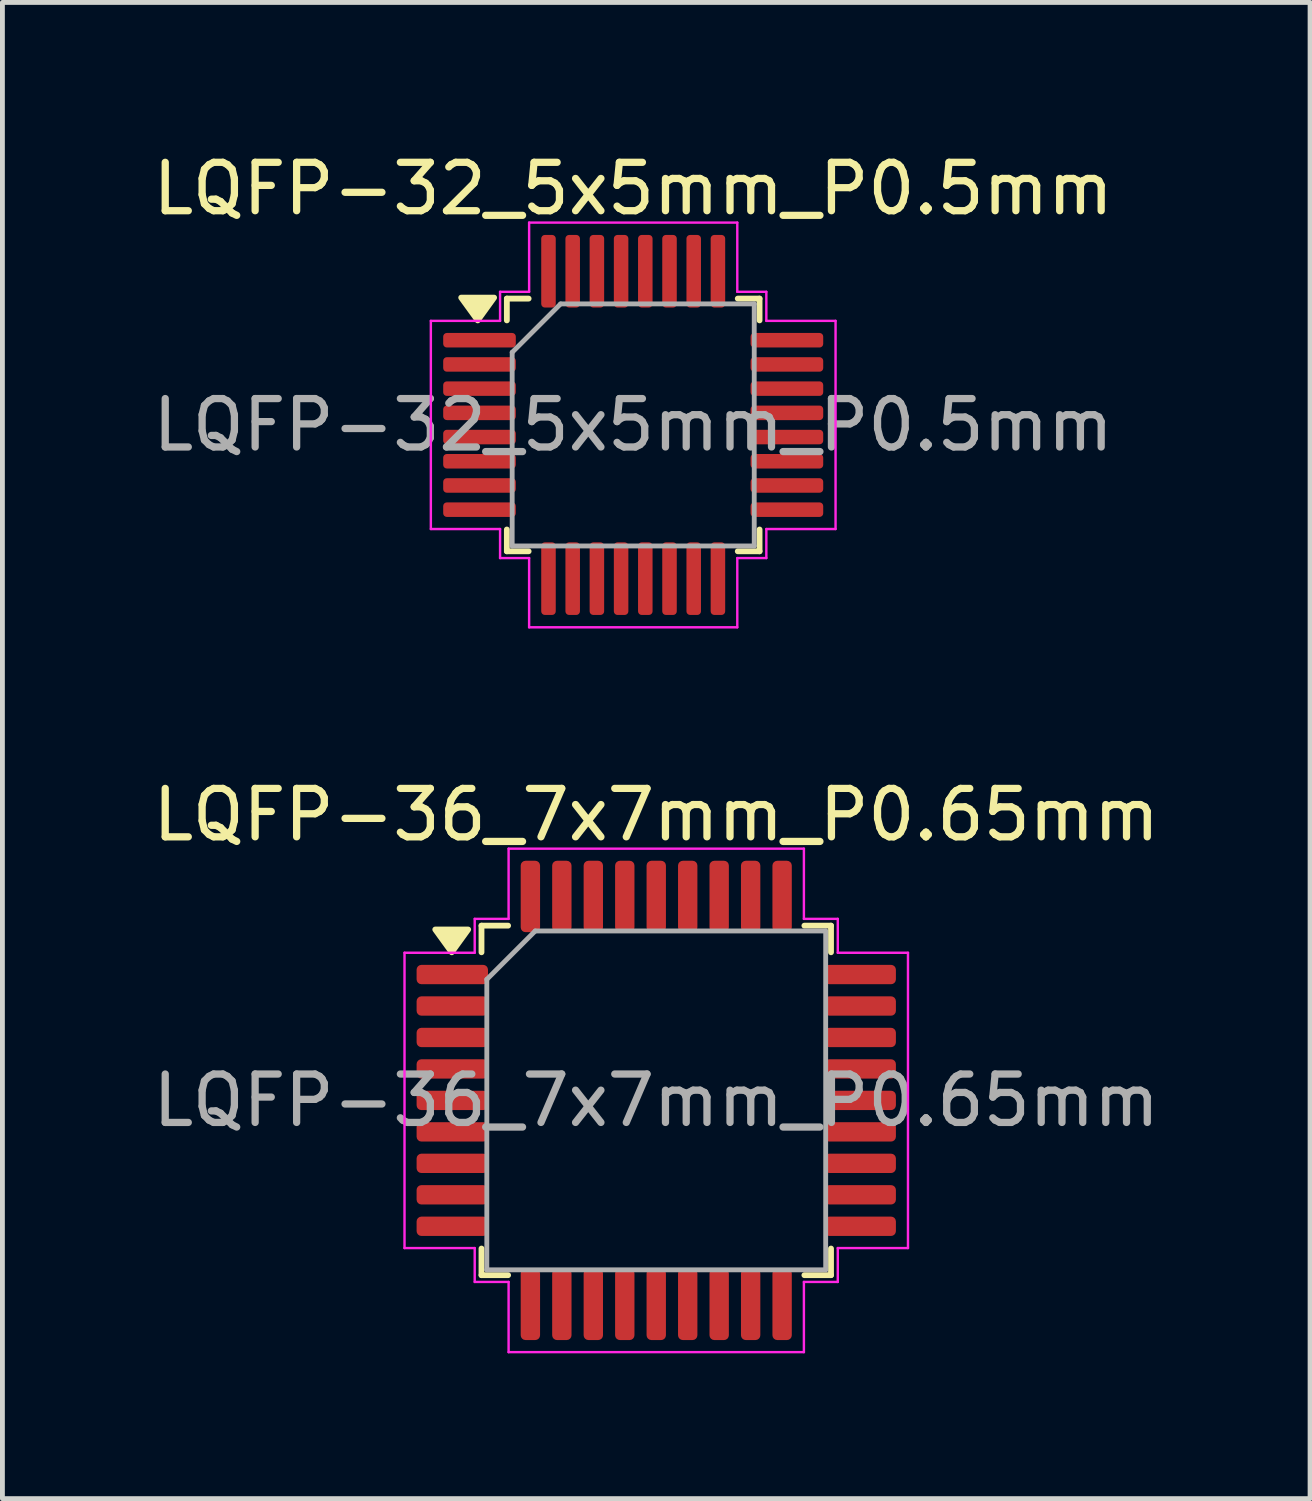
<source format=kicad_pcb>
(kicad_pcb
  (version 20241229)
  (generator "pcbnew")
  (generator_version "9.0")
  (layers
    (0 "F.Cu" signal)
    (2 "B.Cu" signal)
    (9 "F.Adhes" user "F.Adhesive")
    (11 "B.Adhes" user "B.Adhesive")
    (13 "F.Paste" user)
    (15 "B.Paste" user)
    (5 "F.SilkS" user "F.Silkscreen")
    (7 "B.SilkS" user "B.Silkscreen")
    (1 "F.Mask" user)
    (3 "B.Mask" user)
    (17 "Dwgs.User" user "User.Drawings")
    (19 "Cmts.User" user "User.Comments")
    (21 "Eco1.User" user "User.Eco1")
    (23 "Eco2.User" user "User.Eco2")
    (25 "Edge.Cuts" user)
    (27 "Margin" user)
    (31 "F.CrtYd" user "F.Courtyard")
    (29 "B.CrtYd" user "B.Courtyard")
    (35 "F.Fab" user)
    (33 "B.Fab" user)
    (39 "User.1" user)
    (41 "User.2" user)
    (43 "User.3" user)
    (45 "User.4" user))
  (footprint "LQFP-32_5x5mm_P0.5mm"
    (layer "F.Cu")
    (at 10.03 5.728)
    (property "Reference" "LQFP-32_5x5mm_P0.5mm" (at 0 -4.88 0) (layer "F.SilkS") (effects (font (size 1 1) (thickness 0.15))))
    (attr smd)
    (fp_line (start -2.61 -2.61) (end -2.61 -2.16) (stroke (width 0.12) (type solid)) (layer "F.SilkS"))
    (fp_line (start -2.61 2.61) (end -2.61 2.16) (stroke (width 0.12) (type solid)) (layer "F.SilkS"))
    (fp_line (start -2.16 -2.61) (end -2.61 -2.61) (stroke (width 0.12) (type solid)) (layer "F.SilkS"))
    (fp_line (start -2.16 2.61) (end -2.61 2.61) (stroke (width 0.12) (type solid)) (layer "F.SilkS"))
    (fp_line (start 2.16 -2.61) (end 2.61 -2.61) (stroke (width 0.12) (type solid)) (layer "F.SilkS"))
    (fp_line (start 2.16 2.61) (end 2.61 2.61) (stroke (width 0.12) (type solid)) (layer "F.SilkS"))
    (fp_line (start 2.61 -2.61) (end 2.61 -2.16) (stroke (width 0.12) (type solid)) (layer "F.SilkS"))
    (fp_line (start 2.61 2.61) (end 2.61 2.16) (stroke (width 0.12) (type solid)) (layer "F.SilkS"))
    (fp_poly (pts (xy -3.212 -2.16) (xy -3.553 -2.63) (xy -2.873 -2.63)) (stroke (width 0.12) (type solid)) (fill yes) (layer "F.SilkS"))
    (fp_line (start -4.18 -2.15) (end -2.75 -2.15) (stroke (width 0.05) (type solid)) (layer "F.CrtYd"))
    (fp_line (start -4.18 2.15) (end -4.18 -2.15) (stroke (width 0.05) (type solid)) (layer "F.CrtYd"))
    (fp_line (start -2.75 -2.75) (end -2.15 -2.75) (stroke (width 0.05) (type solid)) (layer "F.CrtYd"))
    (fp_line (start -2.75 -2.15) (end -2.75 -2.75) (stroke (width 0.05) (type solid)) (layer "F.CrtYd"))
    (fp_line (start -2.75 2.15) (end -4.18 2.15) (stroke (width 0.05) (type solid)) (layer "F.CrtYd"))
    (fp_line (start -2.75 2.75) (end -2.75 2.15) (stroke (width 0.05) (type solid)) (layer "F.CrtYd"))
    (fp_line (start -2.15 -4.18) (end 2.15 -4.18) (stroke (width 0.05) (type solid)) (layer "F.CrtYd"))
    (fp_line (start -2.15 -2.75) (end -2.15 -4.18) (stroke (width 0.05) (type solid)) (layer "F.CrtYd"))
    (fp_line (start -2.15 2.75) (end -2.75 2.75) (stroke (width 0.05) (type solid)) (layer "F.CrtYd"))
    (fp_line (start -2.15 4.18) (end -2.15 2.75) (stroke (width 0.05) (type solid)) (layer "F.CrtYd"))
    (fp_line (start 2.15 -4.18) (end 2.15 -2.75) (stroke (width 0.05) (type solid)) (layer "F.CrtYd"))
    (fp_line (start 2.15 -2.75) (end 2.75 -2.75) (stroke (width 0.05) (type solid)) (layer "F.CrtYd"))
    (fp_line (start 2.15 2.75) (end 2.15 4.18) (stroke (width 0.05) (type solid)) (layer "F.CrtYd"))
    (fp_line (start 2.15 4.18) (end -2.15 4.18) (stroke (width 0.05) (type solid)) (layer "F.CrtYd"))
    (fp_line (start 2.75 -2.75) (end 2.75 -2.15) (stroke (width 0.05) (type solid)) (layer "F.CrtYd"))
    (fp_line (start 2.75 -2.15) (end 4.18 -2.15) (stroke (width 0.05) (type solid)) (layer "F.CrtYd"))
    (fp_line (start 2.75 2.15) (end 2.75 2.75) (stroke (width 0.05) (type solid)) (layer "F.CrtYd"))
    (fp_line (start 2.75 2.75) (end 2.15 2.75) (stroke (width 0.05) (type solid)) (layer "F.CrtYd"))
    (fp_line (start 4.18 -2.15) (end 4.18 2.15) (stroke (width 0.05) (type solid)) (layer "F.CrtYd"))
    (fp_line (start 4.18 2.15) (end 2.75 2.15) (stroke (width 0.05) (type solid)) (layer "F.CrtYd"))
    (fp_line (start -2.5 -1.5) (end -1.5 -2.5) (stroke (width 0.1) (type solid)) (layer "F.Fab"))
    (fp_line (start -2.5 2.5) (end -2.5 -1.5) (stroke (width 0.1) (type solid)) (layer "F.Fab"))
    (fp_line (start -1.5 -2.5) (end 2.5 -2.5) (stroke (width 0.1) (type solid)) (layer "F.Fab"))
    (fp_line (start 2.5 -2.5) (end 2.5 2.5) (stroke (width 0.1) (type solid)) (layer "F.Fab"))
    (fp_line (start 2.5 2.5) (end -2.5 2.5) (stroke (width 0.1) (type solid)) (layer "F.Fab"))
    (fp_text user "${REFERENCE}" (at 0 0 0) (layer "F.Fab") (effects (font (size 1 1) (thickness 0.15))))
    (pad "1" smd roundrect (at -3.175 -1.75) (size 1.5 0.3) (layers "F.Cu" "F.Mask" "F.Paste") (roundrect_rratio 0.25))
    (pad "2" smd roundrect (at -3.175 -1.25) (size 1.5 0.3) (layers "F.Cu" "F.Mask" "F.Paste") (roundrect_rratio 0.25))
    (pad "3" smd roundrect (at -3.175 -0.75) (size 1.5 0.3) (layers "F.Cu" "F.Mask" "F.Paste") (roundrect_rratio 0.25))
    (pad "4" smd roundrect (at -3.175 -0.25) (size 1.5 0.3) (layers "F.Cu" "F.Mask" "F.Paste") (roundrect_rratio 0.25))
    (pad "5" smd roundrect (at -3.175 0.25) (size 1.5 0.3) (layers "F.Cu" "F.Mask" "F.Paste") (roundrect_rratio 0.25))
    (pad "6" smd roundrect (at -3.175 0.75) (size 1.5 0.3) (layers "F.Cu" "F.Mask" "F.Paste") (roundrect_rratio 0.25))
    (pad "7" smd roundrect (at -3.175 1.25) (size 1.5 0.3) (layers "F.Cu" "F.Mask" "F.Paste") (roundrect_rratio 0.25))
    (pad "8" smd roundrect (at -3.175 1.75) (size 1.5 0.3) (layers "F.Cu" "F.Mask" "F.Paste") (roundrect_rratio 0.25))
    (pad "9" smd roundrect (at -1.75 3.175) (size 0.3 1.5) (layers "F.Cu" "F.Mask" "F.Paste") (roundrect_rratio 0.25))
    (pad "10" smd roundrect (at -1.25 3.175) (size 0.3 1.5) (layers "F.Cu" "F.Mask" "F.Paste") (roundrect_rratio 0.25))
    (pad "11" smd roundrect (at -0.75 3.175) (size 0.3 1.5) (layers "F.Cu" "F.Mask" "F.Paste") (roundrect_rratio 0.25))
    (pad "12" smd roundrect (at -0.25 3.175) (size 0.3 1.5) (layers "F.Cu" "F.Mask" "F.Paste") (roundrect_rratio 0.25))
    (pad "13" smd roundrect (at 0.25 3.175) (size 0.3 1.5) (layers "F.Cu" "F.Mask" "F.Paste") (roundrect_rratio 0.25))
    (pad "14" smd roundrect (at 0.75 3.175) (size 0.3 1.5) (layers "F.Cu" "F.Mask" "F.Paste") (roundrect_rratio 0.25))
    (pad "15" smd roundrect (at 1.25 3.175) (size 0.3 1.5) (layers "F.Cu" "F.Mask" "F.Paste") (roundrect_rratio 0.25))
    (pad "16" smd roundrect (at 1.75 3.175) (size 0.3 1.5) (layers "F.Cu" "F.Mask" "F.Paste") (roundrect_rratio 0.25))
    (pad "17" smd roundrect (at 3.175 1.75) (size 1.5 0.3) (layers "F.Cu" "F.Mask" "F.Paste") (roundrect_rratio 0.25))
    (pad "18" smd roundrect (at 3.175 1.25) (size 1.5 0.3) (layers "F.Cu" "F.Mask" "F.Paste") (roundrect_rratio 0.25))
    (pad "19" smd roundrect (at 3.175 0.75) (size 1.5 0.3) (layers "F.Cu" "F.Mask" "F.Paste") (roundrect_rratio 0.25))
    (pad "20" smd roundrect (at 3.175 0.25) (size 1.5 0.3) (layers "F.Cu" "F.Mask" "F.Paste") (roundrect_rratio 0.25))
    (pad "21" smd roundrect (at 3.175 -0.25) (size 1.5 0.3) (layers "F.Cu" "F.Mask" "F.Paste") (roundrect_rratio 0.25))
    (pad "22" smd roundrect (at 3.175 -0.75) (size 1.5 0.3) (layers "F.Cu" "F.Mask" "F.Paste") (roundrect_rratio 0.25))
    (pad "23" smd roundrect (at 3.175 -1.25) (size 1.5 0.3) (layers "F.Cu" "F.Mask" "F.Paste") (roundrect_rratio 0.25))
    (pad "24" smd roundrect (at 3.175 -1.75) (size 1.5 0.3) (layers "F.Cu" "F.Mask" "F.Paste") (roundrect_rratio 0.25))
    (pad "25" smd roundrect (at 1.75 -3.175) (size 0.3 1.5) (layers "F.Cu" "F.Mask" "F.Paste") (roundrect_rratio 0.25))
    (pad "26" smd roundrect (at 1.25 -3.175) (size 0.3 1.5) (layers "F.Cu" "F.Mask" "F.Paste") (roundrect_rratio 0.25))
    (pad "27" smd roundrect (at 0.75 -3.175) (size 0.3 1.5) (layers "F.Cu" "F.Mask" "F.Paste") (roundrect_rratio 0.25))
    (pad "28" smd roundrect (at 0.25 -3.175) (size 0.3 1.5) (layers "F.Cu" "F.Mask" "F.Paste") (roundrect_rratio 0.25))
    (pad "29" smd roundrect (at -0.25 -3.175) (size 0.3 1.5) (layers "F.Cu" "F.Mask" "F.Paste") (roundrect_rratio 0.25))
    (pad "30" smd roundrect (at -0.75 -3.175) (size 0.3 1.5) (layers "F.Cu" "F.Mask" "F.Paste") (roundrect_rratio 0.25))
    (pad "31" smd roundrect (at -1.25 -3.175) (size 0.3 1.5) (layers "F.Cu" "F.Mask" "F.Paste") (roundrect_rratio 0.25))
    (pad "32" smd roundrect (at -1.75 -3.175) (size 0.3 1.5) (layers "F.Cu" "F.Mask" "F.Paste") (roundrect_rratio 0.25)))
  (footprint "LQFP-36_7x7mm_P0.65mm"
    (layer "F.Cu")
    (at 10.506 19.681)
    (property "Reference" "LQFP-36_7x7mm_P0.65mm" (at 0 -5.9 0) (layer "F.SilkS") (effects (font (size 1 1) (thickness 0.15))))
    (attr smd)
    (fp_line (start -3.61 -3.61) (end -3.61 -3.06) (stroke (width 0.12) (type solid)) (layer "F.SilkS"))
    (fp_line (start -3.61 3.61) (end -3.61 3.06) (stroke (width 0.12) (type solid)) (layer "F.SilkS"))
    (fp_line (start -3.06 -3.61) (end -3.61 -3.61) (stroke (width 0.12) (type solid)) (layer "F.SilkS"))
    (fp_line (start -3.06 3.61) (end -3.61 3.61) (stroke (width 0.12) (type solid)) (layer "F.SilkS"))
    (fp_line (start 3.06 -3.61) (end 3.61 -3.61) (stroke (width 0.12) (type solid)) (layer "F.SilkS"))
    (fp_line (start 3.06 3.61) (end 3.61 3.61) (stroke (width 0.12) (type solid)) (layer "F.SilkS"))
    (fp_line (start 3.61 -3.61) (end 3.61 -3.06) (stroke (width 0.12) (type solid)) (layer "F.SilkS"))
    (fp_line (start 3.61 3.61) (end 3.61 3.06) (stroke (width 0.12) (type solid)) (layer "F.SilkS"))
    (fp_poly (pts (xy -4.225 -3.06) (xy -4.565 -3.53) (xy -3.885 -3.53)) (stroke (width 0.12) (type solid)) (fill yes) (layer "F.SilkS"))
    (fp_line (start -5.2 -3.05) (end -3.75 -3.05) (stroke (width 0.05) (type solid)) (layer "F.CrtYd"))
    (fp_line (start -5.2 3.05) (end -5.2 -3.05) (stroke (width 0.05) (type solid)) (layer "F.CrtYd"))
    (fp_line (start -3.75 -3.75) (end -3.05 -3.75) (stroke (width 0.05) (type solid)) (layer "F.CrtYd"))
    (fp_line (start -3.75 -3.05) (end -3.75 -3.75) (stroke (width 0.05) (type solid)) (layer "F.CrtYd"))
    (fp_line (start -3.75 3.05) (end -5.2 3.05) (stroke (width 0.05) (type solid)) (layer "F.CrtYd"))
    (fp_line (start -3.75 3.75) (end -3.75 3.05) (stroke (width 0.05) (type solid)) (layer "F.CrtYd"))
    (fp_line (start -3.05 -5.2) (end 3.05 -5.2) (stroke (width 0.05) (type solid)) (layer "F.CrtYd"))
    (fp_line (start -3.05 -3.75) (end -3.05 -5.2) (stroke (width 0.05) (type solid)) (layer "F.CrtYd"))
    (fp_line (start -3.05 3.75) (end -3.75 3.75) (stroke (width 0.05) (type solid)) (layer "F.CrtYd"))
    (fp_line (start -3.05 5.2) (end -3.05 3.75) (stroke (width 0.05) (type solid)) (layer "F.CrtYd"))
    (fp_line (start 3.05 -5.2) (end 3.05 -3.75) (stroke (width 0.05) (type solid)) (layer "F.CrtYd"))
    (fp_line (start 3.05 -3.75) (end 3.75 -3.75) (stroke (width 0.05) (type solid)) (layer "F.CrtYd"))
    (fp_line (start 3.05 3.75) (end 3.05 5.2) (stroke (width 0.05) (type solid)) (layer "F.CrtYd"))
    (fp_line (start 3.05 5.2) (end -3.05 5.2) (stroke (width 0.05) (type solid)) (layer "F.CrtYd"))
    (fp_line (start 3.75 -3.75) (end 3.75 -3.05) (stroke (width 0.05) (type solid)) (layer "F.CrtYd"))
    (fp_line (start 3.75 -3.05) (end 5.2 -3.05) (stroke (width 0.05) (type solid)) (layer "F.CrtYd"))
    (fp_line (start 3.75 3.05) (end 3.75 3.75) (stroke (width 0.05) (type solid)) (layer "F.CrtYd"))
    (fp_line (start 3.75 3.75) (end 3.05 3.75) (stroke (width 0.05) (type solid)) (layer "F.CrtYd"))
    (fp_line (start 5.2 -3.05) (end 5.2 3.05) (stroke (width 0.05) (type solid)) (layer "F.CrtYd"))
    (fp_line (start 5.2 3.05) (end 3.75 3.05) (stroke (width 0.05) (type solid)) (layer "F.CrtYd"))
    (fp_line (start -3.5 -2.5) (end -2.5 -3.5) (stroke (width 0.1) (type solid)) (layer "F.Fab"))
    (fp_line (start -3.5 3.5) (end -3.5 -2.5) (stroke (width 0.1) (type solid)) (layer "F.Fab"))
    (fp_line (start -2.5 -3.5) (end 3.5 -3.5) (stroke (width 0.1) (type solid)) (layer "F.Fab"))
    (fp_line (start 3.5 -3.5) (end 3.5 3.5) (stroke (width 0.1) (type solid)) (layer "F.Fab"))
    (fp_line (start 3.5 3.5) (end -3.5 3.5) (stroke (width 0.1) (type solid)) (layer "F.Fab"))
    (fp_text user "${REFERENCE}" (at 0 0 0) (layer "F.Fab") (effects (font (size 1 1) (thickness 0.15))))
    (pad "1" smd roundrect (at -4.213 -2.6) (size 1.475 0.4) (layers "F.Cu" "F.Mask" "F.Paste") (roundrect_rratio 0.25))
    (pad "2" smd roundrect (at -4.213 -1.95) (size 1.475 0.4) (layers "F.Cu" "F.Mask" "F.Paste") (roundrect_rratio 0.25))
    (pad "3" smd roundrect (at -4.213 -1.3) (size 1.475 0.4) (layers "F.Cu" "F.Mask" "F.Paste") (roundrect_rratio 0.25))
    (pad "4" smd roundrect (at -4.213 -0.65) (size 1.475 0.4) (layers "F.Cu" "F.Mask" "F.Paste") (roundrect_rratio 0.25))
    (pad "5" smd roundrect (at -4.213 0) (size 1.475 0.4) (layers "F.Cu" "F.Mask" "F.Paste") (roundrect_rratio 0.25))
    (pad "6" smd roundrect (at -4.213 0.65) (size 1.475 0.4) (layers "F.Cu" "F.Mask" "F.Paste") (roundrect_rratio 0.25))
    (pad "7" smd roundrect (at -4.213 1.3) (size 1.475 0.4) (layers "F.Cu" "F.Mask" "F.Paste") (roundrect_rratio 0.25))
    (pad "8" smd roundrect (at -4.213 1.95) (size 1.475 0.4) (layers "F.Cu" "F.Mask" "F.Paste") (roundrect_rratio 0.25))
    (pad "9" smd roundrect (at -4.213 2.6) (size 1.475 0.4) (layers "F.Cu" "F.Mask" "F.Paste") (roundrect_rratio 0.25))
    (pad "10" smd roundrect (at -2.6 4.213) (size 0.4 1.475) (layers "F.Cu" "F.Mask" "F.Paste") (roundrect_rratio 0.25))
    (pad "11" smd roundrect (at -1.95 4.213) (size 0.4 1.475) (layers "F.Cu" "F.Mask" "F.Paste") (roundrect_rratio 0.25))
    (pad "12" smd roundrect (at -1.3 4.213) (size 0.4 1.475) (layers "F.Cu" "F.Mask" "F.Paste") (roundrect_rratio 0.25))
    (pad "13" smd roundrect (at -0.65 4.213) (size 0.4 1.475) (layers "F.Cu" "F.Mask" "F.Paste") (roundrect_rratio 0.25))
    (pad "14" smd roundrect (at 0 4.213) (size 0.4 1.475) (layers "F.Cu" "F.Mask" "F.Paste") (roundrect_rratio 0.25))
    (pad "15" smd roundrect (at 0.65 4.213) (size 0.4 1.475) (layers "F.Cu" "F.Mask" "F.Paste") (roundrect_rratio 0.25))
    (pad "16" smd roundrect (at 1.3 4.213) (size 0.4 1.475) (layers "F.Cu" "F.Mask" "F.Paste") (roundrect_rratio 0.25))
    (pad "17" smd roundrect (at 1.95 4.213) (size 0.4 1.475) (layers "F.Cu" "F.Mask" "F.Paste") (roundrect_rratio 0.25))
    (pad "18" smd roundrect (at 2.6 4.213) (size 0.4 1.475) (layers "F.Cu" "F.Mask" "F.Paste") (roundrect_rratio 0.25))
    (pad "19" smd roundrect (at 4.213 2.6) (size 1.475 0.4) (layers "F.Cu" "F.Mask" "F.Paste") (roundrect_rratio 0.25))
    (pad "20" smd roundrect (at 4.213 1.95) (size 1.475 0.4) (layers "F.Cu" "F.Mask" "F.Paste") (roundrect_rratio 0.25))
    (pad "21" smd roundrect (at 4.213 1.3) (size 1.475 0.4) (layers "F.Cu" "F.Mask" "F.Paste") (roundrect_rratio 0.25))
    (pad "22" smd roundrect (at 4.213 0.65) (size 1.475 0.4) (layers "F.Cu" "F.Mask" "F.Paste") (roundrect_rratio 0.25))
    (pad "23" smd roundrect (at 4.213 0) (size 1.475 0.4) (layers "F.Cu" "F.Mask" "F.Paste") (roundrect_rratio 0.25))
    (pad "24" smd roundrect (at 4.213 -0.65) (size 1.475 0.4) (layers "F.Cu" "F.Mask" "F.Paste") (roundrect_rratio 0.25))
    (pad "25" smd roundrect (at 4.213 -1.3) (size 1.475 0.4) (layers "F.Cu" "F.Mask" "F.Paste") (roundrect_rratio 0.25))
    (pad "26" smd roundrect (at 4.213 -1.95) (size 1.475 0.4) (layers "F.Cu" "F.Mask" "F.Paste") (roundrect_rratio 0.25))
    (pad "27" smd roundrect (at 4.213 -2.6) (size 1.475 0.4) (layers "F.Cu" "F.Mask" "F.Paste") (roundrect_rratio 0.25))
    (pad "28" smd roundrect (at 2.6 -4.213) (size 0.4 1.475) (layers "F.Cu" "F.Mask" "F.Paste") (roundrect_rratio 0.25))
    (pad "29" smd roundrect (at 1.95 -4.213) (size 0.4 1.475) (layers "F.Cu" "F.Mask" "F.Paste") (roundrect_rratio 0.25))
    (pad "30" smd roundrect (at 1.3 -4.213) (size 0.4 1.475) (layers "F.Cu" "F.Mask" "F.Paste") (roundrect_rratio 0.25))
    (pad "31" smd roundrect (at 0.65 -4.213) (size 0.4 1.475) (layers "F.Cu" "F.Mask" "F.Paste") (roundrect_rratio 0.25))
    (pad "32" smd roundrect (at 0 -4.213) (size 0.4 1.475) (layers "F.Cu" "F.Mask" "F.Paste") (roundrect_rratio 0.25))
    (pad "33" smd roundrect (at -0.65 -4.213) (size 0.4 1.475) (layers "F.Cu" "F.Mask" "F.Paste") (roundrect_rratio 0.25))
    (pad "34" smd roundrect (at -1.3 -4.213) (size 0.4 1.475) (layers "F.Cu" "F.Mask" "F.Paste") (roundrect_rratio 0.25))
    (pad "35" smd roundrect (at -1.95 -4.213) (size 0.4 1.475) (layers "F.Cu" "F.Mask" "F.Paste") (roundrect_rratio 0.25))
    (pad "36" smd roundrect (at -2.6 -4.213) (size 0.4 1.475) (layers "F.Cu" "F.Mask" "F.Paste") (roundrect_rratio 0.25)))
  (gr_rect
    (start -3 -3)
    (end 24.012 27.907)
    (stroke (width 0.1) (type default))
    (fill no)
    (layer "Edge.Cuts")))
</source>
